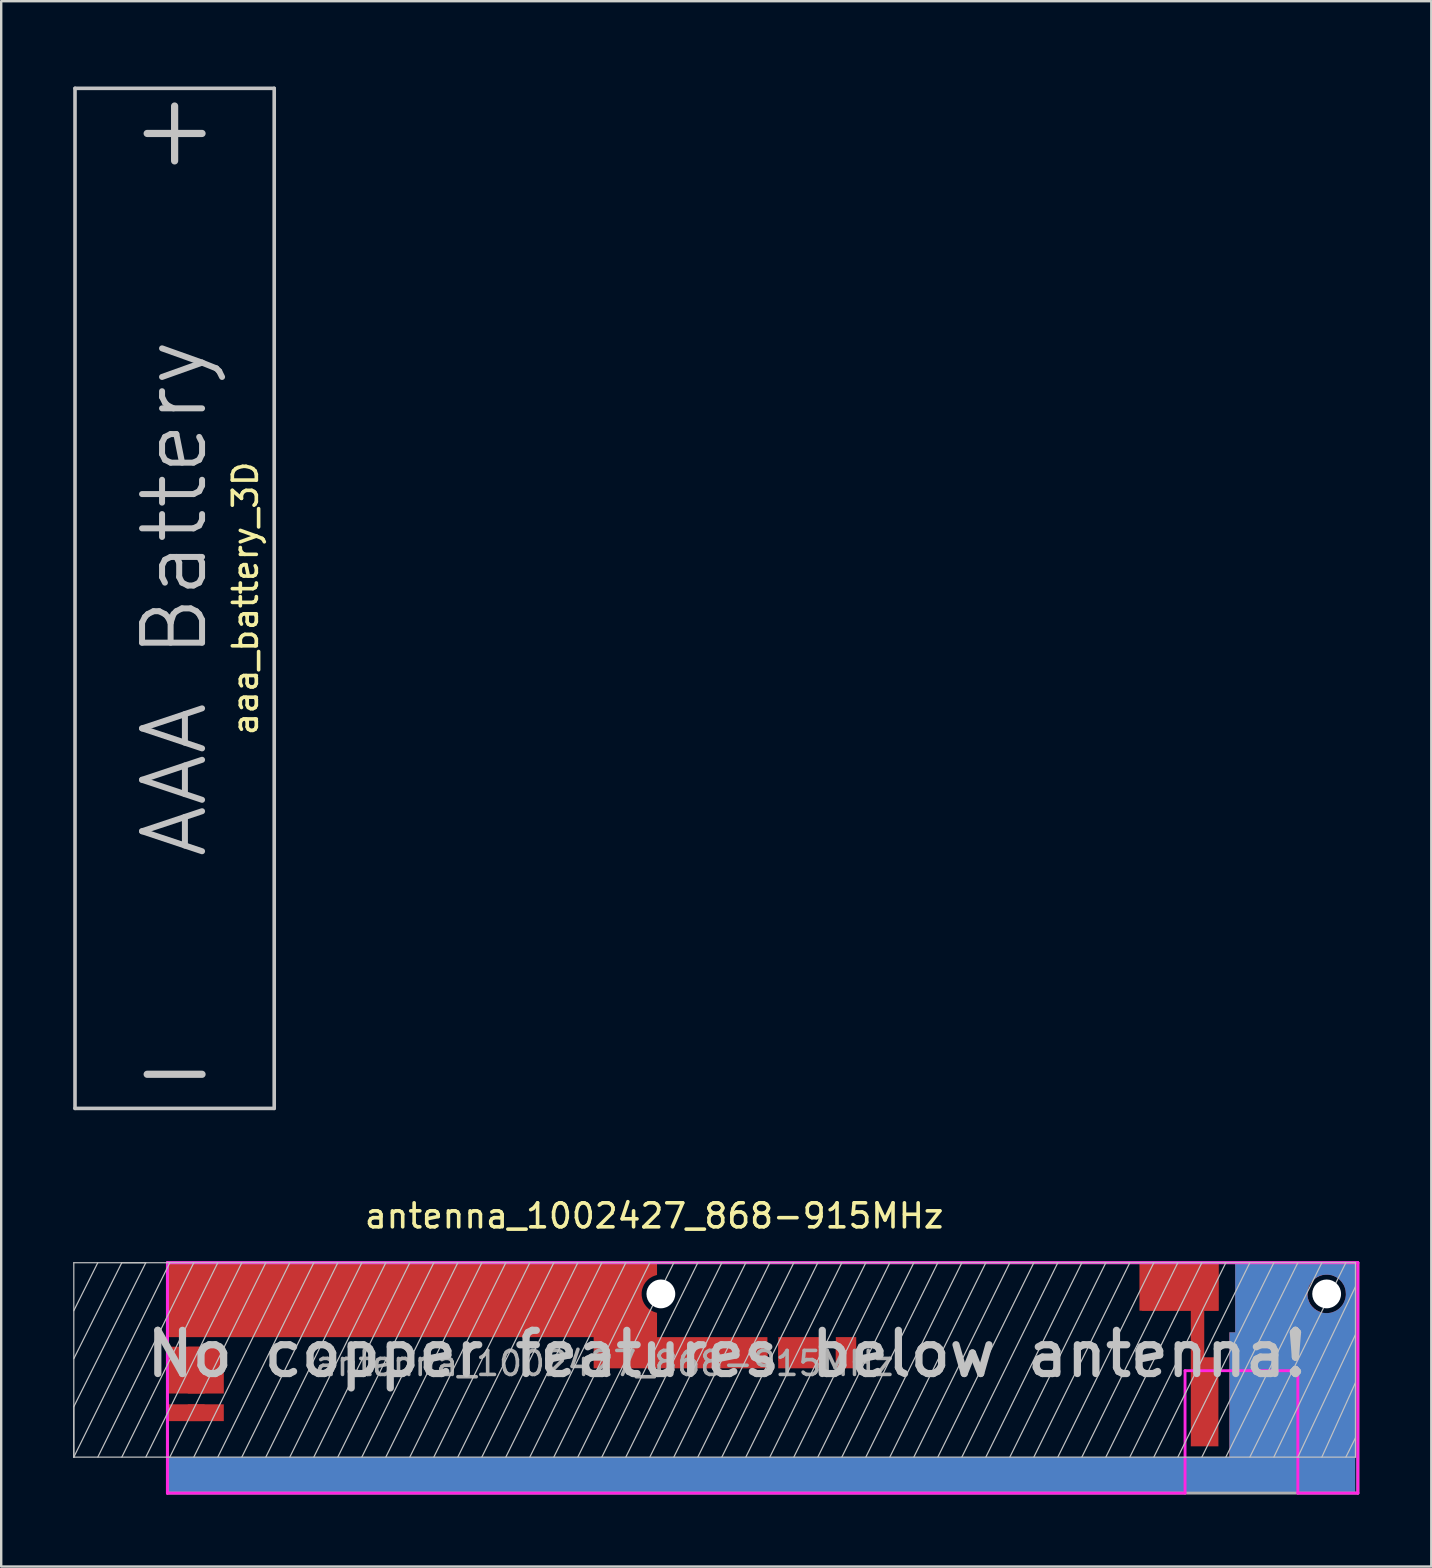
<source format=kicad_pcb>
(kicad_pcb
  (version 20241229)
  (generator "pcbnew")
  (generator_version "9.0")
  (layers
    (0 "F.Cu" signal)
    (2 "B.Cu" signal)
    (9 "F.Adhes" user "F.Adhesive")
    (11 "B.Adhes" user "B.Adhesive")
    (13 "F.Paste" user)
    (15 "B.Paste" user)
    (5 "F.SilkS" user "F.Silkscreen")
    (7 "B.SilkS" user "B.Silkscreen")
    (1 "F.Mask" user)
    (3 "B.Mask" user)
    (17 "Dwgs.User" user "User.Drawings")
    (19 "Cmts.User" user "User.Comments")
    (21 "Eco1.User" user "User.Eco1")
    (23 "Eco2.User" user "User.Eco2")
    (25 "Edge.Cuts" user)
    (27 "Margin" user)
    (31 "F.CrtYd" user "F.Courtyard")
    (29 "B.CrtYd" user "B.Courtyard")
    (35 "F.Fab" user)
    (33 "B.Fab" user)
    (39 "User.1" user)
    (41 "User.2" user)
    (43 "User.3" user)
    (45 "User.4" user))
  (footprint "antenna_1002427_868-915MHz"
    (layer "F.Cu")
    (at 22.025 49.561)
    (property "Reference" "antenna_1002427_868-915MHz" (at 2.18 -1.95 0) (layer "F.SilkS") (effects (font (size 1 1) (thickness 0.15))))
    (attr smd)
    (fp_line (start -22 0) (end 31.4 0) (stroke (width 0.05) (type solid)) (layer "Dwgs.User"))
    (fp_line (start -22 2) (end -21 0) (stroke (width 0.05) (type solid)) (layer "Dwgs.User"))
    (fp_line (start -22 4) (end -20 0) (stroke (width 0.05) (type solid)) (layer "Dwgs.User"))
    (fp_line (start -22 6) (end -22 8.1) (stroke (width 0.05) (type solid)) (layer "Dwgs.User"))
    (fp_line (start -22 8.1) (end -22 0) (stroke (width 0.05) (type solid)) (layer "Dwgs.User"))
    (fp_line (start -22 8.1) (end -18 0) (stroke (width 0.05) (type solid)) (layer "Dwgs.User"))
    (fp_line (start -21 8.1) (end -17 0) (stroke (width 0.05) (type solid)) (layer "Dwgs.User"))
    (fp_line (start -20 0) (end -19 0) (stroke (width 0.05) (type solid)) (layer "Dwgs.User"))
    (fp_line (start -20 8.1) (end -16 0) (stroke (width 0.05) (type solid)) (layer "Dwgs.User"))
    (fp_line (start -19 0) (end -22 6) (stroke (width 0.05) (type solid)) (layer "Dwgs.User"))
    (fp_line (start -19 8.1) (end -15 0) (stroke (width 0.05) (type solid)) (layer "Dwgs.User"))
    (fp_line (start -18 8.1) (end -14 0) (stroke (width 0.05) (type solid)) (layer "Dwgs.User"))
    (fp_line (start -17 8.1) (end -13 0) (stroke (width 0.05) (type solid)) (layer "Dwgs.User"))
    (fp_line (start -16 8.1) (end -12 0) (stroke (width 0.05) (type solid)) (layer "Dwgs.User"))
    (fp_line (start -15 8.1) (end -11 0) (stroke (width 0.05) (type solid)) (layer "Dwgs.User"))
    (fp_line (start -14 8.1) (end -10 0) (stroke (width 0.05) (type solid)) (layer "Dwgs.User"))
    (fp_line (start -13 8.1) (end -9 0) (stroke (width 0.05) (type solid)) (layer "Dwgs.User"))
    (fp_line (start -12 8.1) (end -8 0) (stroke (width 0.05) (type solid)) (layer "Dwgs.User"))
    (fp_line (start -11 8.1) (end -7 0) (stroke (width 0.05) (type solid)) (layer "Dwgs.User"))
    (fp_line (start -10 8.1) (end -6 0) (stroke (width 0.05) (type solid)) (layer "Dwgs.User"))
    (fp_line (start -9 8.1) (end -5 0) (stroke (width 0.05) (type solid)) (layer "Dwgs.User"))
    (fp_line (start -8 8.1) (end -4 0) (stroke (width 0.05) (type solid)) (layer "Dwgs.User"))
    (fp_line (start -7 8.1) (end -3 0) (stroke (width 0.05) (type solid)) (layer "Dwgs.User"))
    (fp_line (start -6 8.1) (end -2 0) (stroke (width 0.05) (type solid)) (layer "Dwgs.User"))
    (fp_line (start -5 8.1) (end -1 0) (stroke (width 0.05) (type solid)) (layer "Dwgs.User"))
    (fp_line (start -4 8.1) (end 0 0) (stroke (width 0.05) (type solid)) (layer "Dwgs.User"))
    (fp_line (start -3 8.1) (end 1 0) (stroke (width 0.05) (type solid)) (layer "Dwgs.User"))
    (fp_line (start -2 8.1) (end 2 0) (stroke (width 0.05) (type solid)) (layer "Dwgs.User"))
    (fp_line (start -1 8.1) (end 3 0) (stroke (width 0.05) (type solid)) (layer "Dwgs.User"))
    (fp_line (start 0 8.1) (end 4 0) (stroke (width 0.05) (type solid)) (layer "Dwgs.User"))
    (fp_line (start 1 8.1) (end 5 0) (stroke (width 0.05) (type solid)) (layer "Dwgs.User"))
    (fp_line (start 2 8.1) (end 6 0) (stroke (width 0.05) (type solid)) (layer "Dwgs.User"))
    (fp_line (start 3 8.1) (end 7 0) (stroke (width 0.05) (type solid)) (layer "Dwgs.User"))
    (fp_line (start 4 8.1) (end 8 0) (stroke (width 0.05) (type solid)) (layer "Dwgs.User"))
    (fp_line (start 5 8.1) (end 9 0) (stroke (width 0.05) (type solid)) (layer "Dwgs.User"))
    (fp_line (start 6 8.1) (end 10 0) (stroke (width 0.05) (type solid)) (layer "Dwgs.User"))
    (fp_line (start 7 8.1) (end 11 0) (stroke (width 0.05) (type solid)) (layer "Dwgs.User"))
    (fp_line (start 8 8.1) (end 12 0) (stroke (width 0.05) (type solid)) (layer "Dwgs.User"))
    (fp_line (start 9 8.1) (end 13 0) (stroke (width 0.05) (type solid)) (layer "Dwgs.User"))
    (fp_line (start 10 8.1) (end 14 0) (stroke (width 0.05) (type solid)) (layer "Dwgs.User"))
    (fp_line (start 11 8.1) (end 15 0) (stroke (width 0.05) (type solid)) (layer "Dwgs.User"))
    (fp_line (start 12 8.1) (end 16 0) (stroke (width 0.05) (type solid)) (layer "Dwgs.User"))
    (fp_line (start 13 8.1) (end 17 0) (stroke (width 0.05) (type solid)) (layer "Dwgs.User"))
    (fp_line (start 14 8.1) (end 18 0) (stroke (width 0.05) (type solid)) (layer "Dwgs.User"))
    (fp_line (start 15 8.1) (end 19 0) (stroke (width 0.05) (type solid)) (layer "Dwgs.User"))
    (fp_line (start 16 8.1) (end 20 0) (stroke (width 0.05) (type solid)) (layer "Dwgs.User"))
    (fp_line (start 17 8.1) (end 21 0) (stroke (width 0.05) (type solid)) (layer "Dwgs.User"))
    (fp_line (start 18 8.1) (end 22 0) (stroke (width 0.05) (type solid)) (layer "Dwgs.User"))
    (fp_line (start 19 8.1) (end 23 0) (stroke (width 0.05) (type solid)) (layer "Dwgs.User"))
    (fp_line (start 20 8.1) (end 24 0) (stroke (width 0.05) (type solid)) (layer "Dwgs.User"))
    (fp_line (start 21 8.1) (end 25 0) (stroke (width 0.05) (type solid)) (layer "Dwgs.User"))
    (fp_line (start 22 8.1) (end 26 0) (stroke (width 0.05) (type solid)) (layer "Dwgs.User"))
    (fp_line (start 23 8.1) (end 27 0) (stroke (width 0.05) (type solid)) (layer "Dwgs.User"))
    (fp_line (start 24 8.1) (end 28 0) (stroke (width 0.05) (type solid)) (layer "Dwgs.User"))
    (fp_line (start 25 8.1) (end 29 0) (stroke (width 0.05) (type solid)) (layer "Dwgs.User"))
    (fp_line (start 26 8.1) (end 30 0) (stroke (width 0.05) (type solid)) (layer "Dwgs.User"))
    (fp_line (start 27 8.1) (end 31 0) (stroke (width 0.05) (type solid)) (layer "Dwgs.User"))
    (fp_line (start 28 8.1) (end 31.4 1) (stroke (width 0.05) (type solid)) (layer "Dwgs.User"))
    (fp_line (start 29 8.1) (end 31.4 3) (stroke (width 0.05) (type solid)) (layer "Dwgs.User"))
    (fp_line (start 30 8.1) (end 31.4 5) (stroke (width 0.05) (type solid)) (layer "Dwgs.User"))
    (fp_line (start 31 8.1) (end 31.4 7.3) (stroke (width 0.05) (type solid)) (layer "Dwgs.User"))
    (fp_line (start 31.4 0) (end 31.4 8.1) (stroke (width 0.05) (type solid)) (layer "Dwgs.User"))
    (fp_line (start 31.4 8.1) (end -22 8.1) (stroke (width 0.05) (type solid)) (layer "Dwgs.User"))
    (fp_line (start -18.1 0) (end 31.5 0) (stroke (width 0.12) (type solid)) (layer "F.CrtYd"))
    (fp_line (start -18.1 9.6) (end -18.1 0) (stroke (width 0.12) (type solid)) (layer "F.CrtYd"))
    (fp_line (start 24.3 4.5) (end 24.3 9.6) (stroke (width 0.12) (type solid)) (layer "F.CrtYd"))
    (fp_line (start 24.3 9.6) (end -18.1 9.6) (stroke (width 0.12) (type solid)) (layer "F.CrtYd"))
    (fp_line (start 29 4.5) (end 24.3 4.5) (stroke (width 0.12) (type solid)) (layer "F.CrtYd"))
    (fp_line (start 29 9.6) (end 29 4.5) (stroke (width 0.12) (type solid)) (layer "F.CrtYd"))
    (fp_line (start 31.5 0) (end 31.5 9.6) (stroke (width 0.12) (type solid)) (layer "F.CrtYd"))
    (fp_line (start 31.5 9.6) (end 29 9.6) (stroke (width 0.12) (type solid)) (layer "F.CrtYd"))
    (fp_line (start -18.1 0) (end 31.5 0) (stroke (width 0.12) (type solid)) (layer "F.Fab"))
    (fp_line (start -18.1 9.6) (end -18.1 0) (stroke (width 0.12) (type solid)) (layer "F.Fab"))
    (fp_line (start 31.5 0) (end 31.5 9.6) (stroke (width 0.12) (type solid)) (layer "F.Fab"))
    (fp_line (start 31.5 9.6) (end -18.1 9.6) (stroke (width 0.12) (type solid)) (layer "F.Fab"))
    (fp_text user "No copper features below antenna!" (at 5.2 3.8 0) (layer "Dwgs.User") (effects (font (size 1.8 1.8) (thickness 0.3))))
    (fp_text user "${REFERENCE}" (at 0.1 4.2 0) (layer "F.Fab") (effects (font (size 1 1) (thickness 0.15))))
    (pad "" smd custom (at 0.6 1.45) (size 1.4 2.9) (layers "F.Mask" "F.Paste") (options (anchor rect)) (primitives (gr_poly (pts (xy 1.7 -0.94) (xy 1.58 -0.9) (xy 1.51 -0.87) (xy 1.44 -0.83) (xy 1.36 -0.78) (xy 1.28 -0.7) (xy 1.22 -0.63) (xy 1.16 -0.54) (xy 1.12 -0.45) (xy 1.08 -0.34) (xy 1.06 -0.22) (xy 1.06 -0.08) (xy 1.08 0.03) (xy 1.11 0.14) (xy 1.17 0.26) (xy 1.22 0.33) (xy 1.27 0.39) (xy 1.34 0.46) (xy 1.42 0.52) (xy 1.53 0.58) (xy 1.61 0.61) (xy 1.7 0.64) (xy 1.7 1.45) (xy 0.7 1.45) (xy 0.7 -1.45) (xy 1.7 -1.45)) (width 0) (fill yes))))
    (pad "" np_thru_hole circle (at 2.46 1.3) (size 1.2 1.2) (drill 1.2) (layers "*.Cu" "*.Mask"))
    (pad "" np_thru_hole circle (at 30.2 1.3) (size 1.2 1.2) (drill 1.2) (layers "*.Cu" "*.Mask"))
    (pad "1" smd rect (at 24.045 1) (size 3.29 2) (layers "F.Cu"))
    (pad "1" smd rect (at 24.1 1) (size 3.2 2) (layers "F.Cu" "F.Mask" "F.Paste"))
    (pad "1" smd custom (at 25.115 5.795) (size 1.15 3.71) (layers "F.Cu") (options (anchor rect)) (primitives (gr_poly (pts (xy -0.015 -1.845) (xy 0.055 -1.535) (xy -0.575 -1.085) (xy -0.575 -4.265) (xy -2.615 -4.045) (xy -2.635 -5.665) (xy -0.015 -5.445)) (width 0) (fill yes))))
    (pad "2" smd custom (at 27.39 1.45) (size 2 2.9) (layers "F.Cu") (options (anchor rect)) (primitives (gr_poly (pts (xy 4 6.65) (xy -1.25 6.65) (xy -1.25 1.45) (xy -1 1.45) (xy -1 -1.45) (xy 1.08 0.68) (xy 4.01 1.43)) (width 0) (fill yes)) (gr_poly (pts (xy 2.61 -0.93) (xy 2.5 -0.89) (xy 2.4 -0.84) (xy 2.34 -0.8) (xy 2.29 -0.76) (xy 2.21 -0.68) (xy 2.17 -0.63) (xy 2.13 -0.57) (xy 2.1 -0.52) (xy 2.08 -0.48) (xy 2.06 -0.43) (xy 2.04 -0.37) (xy 2.02 -0.28) (xy 2.01 -0.15) (xy 2.01 -0.1) (xy 2.02 -0.02) (xy 2.03 0.04) (xy 2.05 0.1) (xy 2.08 0.18) (xy 2.11 0.24) (xy 2.14 0.29) (xy 2.16 0.32) (xy 2.21 0.38) (xy 2.29 0.46) (xy 2.37 0.52) (xy 2.46 0.57) (xy 2.56 0.61) (xy 2.58 0.62) (xy 2.61 1.17) (xy 2.61 1.45) (xy 1 1.45) (xy 1 -1.45) (xy 2.61 -1.45)) (width 0) (fill yes)) (gr_poly (pts (xy 2.61 -0.93) (xy 2.68 -0.94) (xy 2.77 -0.95) (xy 2.86 -0.95) (xy 3.01 -0.93) (xy 3.12 -0.89) (xy 3.22 -0.84) (xy 3.28 -0.8) (xy 3.33 -0.76) (xy 3.41 -0.68) (xy 3.45 -0.63) (xy 3.49 -0.57) (xy 3.52 -0.52) (xy 3.54 -0.48) (xy 3.56 -0.43) (xy 3.58 -0.37) (xy 3.6 -0.28) (xy 3.61 -0.15) (xy 3.61 -0.1) (xy 3.6 -0.02) (xy 3.59 0.04) (xy 3.57 0.1) (xy 3.54 0.18) (xy 3.51 0.24) (xy 3.48 0.29) (xy 3.46 0.32) (xy 3.41 0.38) (xy 3.33 0.46) (xy 3.25 0.52) (xy 3.16 0.57) (xy 3.06 0.61) (xy 2.99 0.63) (xy 2.93 0.64) (xy 2.86 0.65) (xy 2.76 0.65) (xy 2.67 0.64) (xy 2.58 0.62) (xy 2.61 1.45) (xy 4.01 1.45) (xy 4.01 -1.45) (xy 2.61 -1.45)) (width 0) (fill yes))))
    (pad "2" smd custom (at 27.39 1.45) (size 2 2.9) (layers "B.Cu") (options (anchor rect)) (primitives (gr_poly (pts (xy 4 8.15) (xy -45.49 8.15) (xy -45.49 6.65) (xy -1.24 6.65) (xy -1.24 1.45) (xy -1 1.45) (xy -1 -1.45) (xy 1.5 0.86) (xy 4.01 1.45)) (width 0) (fill yes)) (gr_poly (pts (xy 2.61 -0.93) (xy 2.68 -0.94) (xy 2.77 -0.95) (xy 2.86 -0.95) (xy 3.01 -0.93) (xy 3.12 -0.89) (xy 3.22 -0.84) (xy 3.28 -0.8) (xy 3.33 -0.76) (xy 3.41 -0.68) (xy 3.45 -0.63) (xy 3.49 -0.57) (xy 3.52 -0.52) (xy 3.54 -0.48) (xy 3.56 -0.43) (xy 3.58 -0.37) (xy 3.6 -0.28) (xy 3.61 -0.15) (xy 3.61 -0.1) (xy 3.6 -0.02) (xy 3.59 0.04) (xy 3.57 0.1) (xy 3.54 0.18) (xy 3.51 0.24) (xy 3.48 0.29) (xy 3.46 0.32) (xy 3.41 0.38) (xy 3.33 0.46) (xy 3.25 0.52) (xy 3.16 0.57) (xy 3.06 0.61) (xy 2.99 0.63) (xy 2.93 0.64) (xy 2.86 0.65) (xy 2.76 0.65) (xy 2.67 0.64) (xy 2.58 0.62) (xy 2.61 1.45) (xy 4.01 1.45) (xy 4.01 -1.45) (xy 2.61 -1.45)) (width 0) (fill yes)) (gr_poly (pts (xy 2.61 -0.93) (xy 2.5 -0.89) (xy 2.4 -0.84) (xy 2.34 -0.8) (xy 2.29 -0.76) (xy 2.21 -0.68) (xy 2.17 -0.63) (xy 2.13 -0.57) (xy 2.1 -0.52) (xy 2.08 -0.48) (xy 2.06 -0.43) (xy 2.04 -0.37) (xy 2.02 -0.28) (xy 2.01 -0.15) (xy 2.01 -0.1) (xy 2.02 -0.02) (xy 2.03 0.04) (xy 2.05 0.1) (xy 2.08 0.18) (xy 2.11 0.24) (xy 2.14 0.29) (xy 2.16 0.32) (xy 2.21 0.38) (xy 2.29 0.46) (xy 2.37 0.52) (xy 2.46 0.57) (xy 2.56 0.61) (xy 2.58 0.62) (xy 2.61 1.17) (xy 2.61 1.45) (xy 1 1.45) (xy 1 -1.45) (xy 2.61 -1.45)) (width 0) (fill yes))))
    (pad "2" smd custom (at 27.7 1.45) (size 2.6 2.9) (layers "F.Cu" "F.Mask" "F.Paste") (options (anchor rect)) (primitives (gr_poly (pts (xy 2.3 -0.93) (xy 2.19 -0.89) (xy 2.09 -0.84) (xy 2.03 -0.8) (xy 1.98 -0.76) (xy 1.9 -0.68) (xy 1.86 -0.63) (xy 1.82 -0.57) (xy 1.79 -0.52) (xy 1.77 -0.48) (xy 1.75 -0.43) (xy 1.73 -0.37) (xy 1.71 -0.28) (xy 1.7 -0.15) (xy 1.7 -0.1) (xy 1.71 -0.02) (xy 1.72 0.04) (xy 1.74 0.1) (xy 1.77 0.18) (xy 1.8 0.24) (xy 1.83 0.29) (xy 1.85 0.32) (xy 1.9 0.38) (xy 1.98 0.46) (xy 2.06 0.52) (xy 2.15 0.57) (xy 2.25 0.61) (xy 2.3 0.63) (xy 2.3 1.17) (xy 2.3 1.45) (xy 1.3 1.45) (xy 1.3 -1.45) (xy 2.3 -1.45)) (width 0) (fill yes))))
    (pad "3" smd rect (at -16.9 2.7) (size 0.7 0.7) (layers "F.Cu" "F.Mask" "F.Paste"))
    (pad "3" smd custom (at 0.48 2.2) (size 1.64 4.4) (layers "F.Cu") (options (anchor rect)) (primitives (gr_poly (pts (xy 1.82 0.9) (xy 6.42 0.9) (xy 6.42 2.2) (xy -0.82 2.2) (xy -0.82 0.9) (xy -18.53 0.9) (xy -18.53 -2.2) (xy -0.72 -2.2)) (width 0) (fill yes)) (gr_poly (pts (xy 1.82 -1.69) (xy 1.7 -1.65) (xy 1.63 -1.62) (xy 1.56 -1.58) (xy 1.48 -1.53) (xy 1.4 -1.45) (xy 1.34 -1.38) (xy 1.28 -1.29) (xy 1.24 -1.2) (xy 1.2 -1.09) (xy 1.18 -0.97) (xy 1.18 -0.83) (xy 1.2 -0.72) (xy 1.23 -0.61) (xy 1.29 -0.49) (xy 1.34 -0.42) (xy 1.39 -0.36) (xy 1.46 -0.29) (xy 1.54 -0.23) (xy 1.65 -0.17) (xy 1.73 -0.14) (xy 1.82 -0.11) (xy 1.82 2.2) (xy 0.82 2.2) (xy 0.82 -2.2) (xy 1.82 -2.2)) (width 0) (fill yes))))
    (pad "3" smd rect (at 6.55 3.75 90) (size 0.7 0.7) (layers "F.Cu" "F.Mask" "F.Paste"))
    (pad "4" smd rect (at 7.7 3.75 90) (size 0.7 0.7) (layers "F.Cu" "F.Mask" "F.Paste"))
    (pad "4" smd rect (at 8.325 3.75) (size 1.95 1.3) (layers "F.Cu"))
    (pad "4" smd rect (at 8.95 3.78 90) (size 0.7 0.7) (layers "F.Cu" "F.Mask" "F.Paste"))
    (pad "5" smd rect (at 10.1 3.78 90) (size 0.7 0.7) (layers "F.Cu" "F.Mask" "F.Paste"))
    (pad "5" smd rect (at 10.175 3.75) (size 0.85 1.3) (layers "F.Cu"))
    (pad "6" smd rect (at -16.9 3.85) (size 0.7 0.7) (layers "F.Cu" "F.Mask" "F.Paste"))
    (pad "6" smd rect (at -16.9 4.475) (size 2.3 1.95) (layers "F.Cu"))
    (pad "6" smd rect (at -16.9 5.1) (size 0.7 0.7) (layers "F.Cu" "F.Mask" "F.Paste"))
    (pad "7" smd rect (at -16.9 6.25) (size 0.7 0.7) (layers "F.Cu" "F.Mask" "F.Paste"))
    (pad "7" smd rect (at -16.9 6.25) (size 2.3 0.7) (layers "F.Cu")))
  (footprint "aaa_battery_3D"
    (layer "F.Cu")
    (at 4.225 21.881)
    (property "Reference" "aaa_battery_3D" (at 2.95 0 90) (layer "F.SilkS") (effects (font (size 1 1) (thickness 0.15))))
    (attr exclude_from_pos_files exclude_from_bom)
    (fp_line (start -4.15 -21.25) (end -4.15 21.25) (stroke (width 0.15) (type solid)) (layer "Dwgs.User"))
    (fp_line (start -4.15 -21.25) (end 4.15 -21.25) (stroke (width 0.15) (type solid)) (layer "Dwgs.User"))
    (fp_line (start -4.15 21.25) (end 4.15 21.25) (stroke (width 0.15) (type solid)) (layer "Dwgs.User"))
    (fp_line (start 4.15 21.25) (end 4.15 -21.25) (stroke (width 0.15) (type solid)) (layer "Dwgs.User"))
    (fp_text user "AAA Battery" (at 0 0 90) (layer "Dwgs.User") (effects (font (size 2.5 2.5) (thickness 0.25))))
    (fp_text user "-" (at 0 19.6 180) (layer "Dwgs.User") (effects (font (size 3 3) (thickness 0.3))))
    (fp_text user "+" (at 0 -19.6 0) (layer "Dwgs.User") (effects (font (size 3 3) (thickness 0.3)))))
  (gr_rect
    (start -3 -3)
    (end 56.585 62.221)
    (stroke (width 0.1) (type default))
    (fill no)
    (layer "Edge.Cuts")))
</source>
